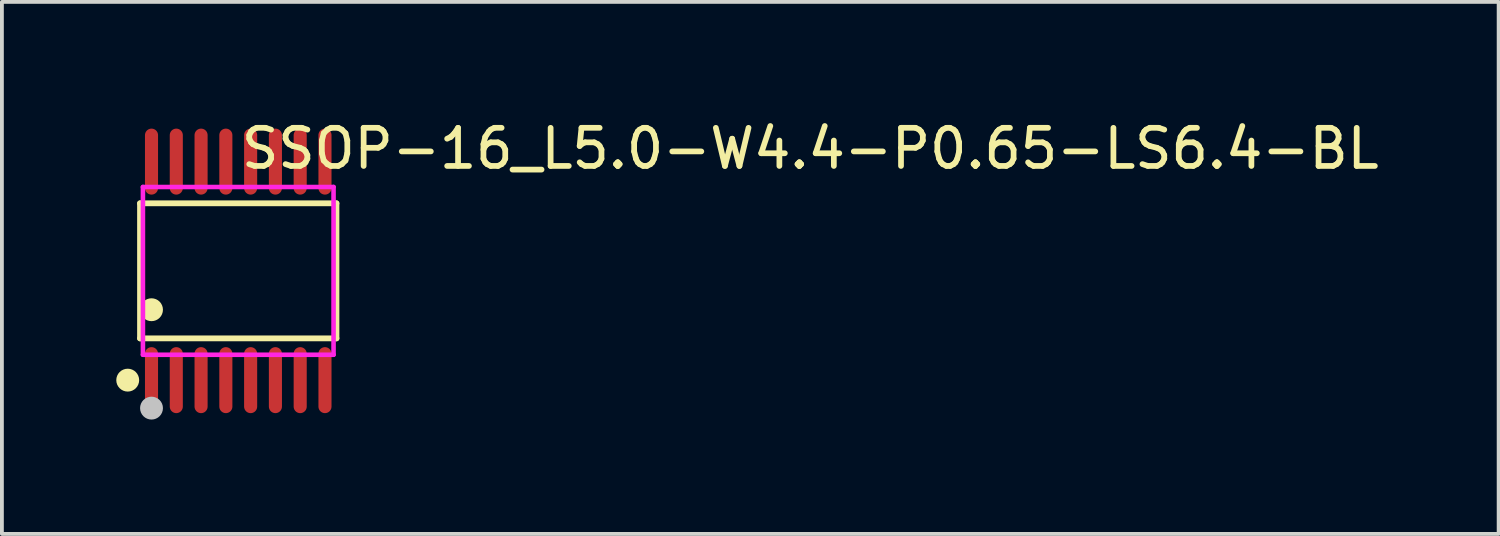
<source format=kicad_pcb>
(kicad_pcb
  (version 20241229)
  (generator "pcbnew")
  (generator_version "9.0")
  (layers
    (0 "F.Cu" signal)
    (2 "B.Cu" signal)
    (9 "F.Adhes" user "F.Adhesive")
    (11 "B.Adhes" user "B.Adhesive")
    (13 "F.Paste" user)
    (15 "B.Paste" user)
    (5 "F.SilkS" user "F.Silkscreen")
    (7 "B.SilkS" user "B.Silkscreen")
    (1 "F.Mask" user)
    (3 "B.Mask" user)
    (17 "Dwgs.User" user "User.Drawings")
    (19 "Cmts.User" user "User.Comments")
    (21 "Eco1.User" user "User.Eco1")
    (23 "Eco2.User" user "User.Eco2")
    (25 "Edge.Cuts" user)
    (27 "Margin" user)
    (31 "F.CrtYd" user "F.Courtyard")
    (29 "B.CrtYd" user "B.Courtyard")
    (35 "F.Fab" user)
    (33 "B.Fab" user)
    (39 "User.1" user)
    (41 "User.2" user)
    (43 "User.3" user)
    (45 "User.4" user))
  (footprint "SSOP-16_L5.0-W4.4-P0.65-LS6.4-BL"
    (layer "F.Cu")
    (at 3.199 4.055)
    (property "Reference" "SSOP-16_L5.0-W4.4-P0.65-LS6.4-BL" (at 0 -3.207 0) (layer "F.SilkS") (effects (font (size 1 1) (thickness 0.15)) (justify left)))
    (attr through_hole)
    (fp_line (start -2.576 -1.772) (end 2.576 -1.772) (stroke (width 0.152) (type solid)) (layer "F.SilkS"))
    (fp_line (start -2.576 1.771) (end -2.576 -1.772) (stroke (width 0.152) (type solid)) (layer "F.SilkS"))
    (fp_line (start 2.576 -1.772) (end 2.576 1.771) (stroke (width 0.152) (type solid)) (layer "F.SilkS"))
    (fp_line (start 2.576 1.771) (end -2.576 1.771) (stroke (width 0.152) (type solid)) (layer "F.SilkS"))
    (fp_circle (center -2.899 2.866) (end -2.749 2.866) (stroke (width 0.3) (type solid)) (fill no) (layer "F.SilkS"))
    (fp_circle (center -2.275 1.019) (end -2.125 1.019) (stroke (width 0.3) (type solid)) (fill no) (layer "F.SilkS"))
    (fp_circle (center -2.275 3.6) (end -2.125 3.6) (stroke (width 0.3) (type solid)) (fill no) (layer "Dwgs.User"))
    (fp_line (start -2.398 -2.61) (end -2.398 -2.19) (stroke (width 0.12) (type solid)) (layer "Eco2.User"))
    (fp_line (start -2.398 -2.19) (end -2.152 -2.19) (stroke (width 0.12) (type solid)) (layer "Eco2.User"))
    (fp_line (start -2.398 2.19) (end -2.152 2.19) (stroke (width 0.12) (type solid)) (layer "Eco2.User"))
    (fp_line (start -2.398 2.61) (end -2.398 2.19) (stroke (width 0.12) (type solid)) (layer "Eco2.User"))
    (fp_line (start -2.152 -2.61) (end -2.398 -2.61) (stroke (width 0.12) (type solid)) (layer "Eco2.User"))
    (fp_line (start -2.152 -2.19) (end -2.152 -2.61) (stroke (width 0.12) (type solid)) (layer "Eco2.User"))
    (fp_line (start -2.152 2.19) (end -2.152 2.61) (stroke (width 0.12) (type solid)) (layer "Eco2.User"))
    (fp_line (start -2.152 2.61) (end -2.398 2.61) (stroke (width 0.12) (type solid)) (layer "Eco2.User"))
    (fp_line (start -1.747 -2.61) (end -1.747 -2.19) (stroke (width 0.12) (type solid)) (layer "Eco2.User"))
    (fp_line (start -1.747 -2.19) (end -1.503 -2.19) (stroke (width 0.12) (type solid)) (layer "Eco2.User"))
    (fp_line (start -1.747 2.19) (end -1.503 2.19) (stroke (width 0.12) (type solid)) (layer "Eco2.User"))
    (fp_line (start -1.747 2.61) (end -1.747 2.19) (stroke (width 0.12) (type solid)) (layer "Eco2.User"))
    (fp_line (start -1.503 -2.61) (end -1.747 -2.61) (stroke (width 0.12) (type solid)) (layer "Eco2.User"))
    (fp_line (start -1.503 -2.19) (end -1.503 -2.61) (stroke (width 0.12) (type solid)) (layer "Eco2.User"))
    (fp_line (start -1.503 2.19) (end -1.503 2.61) (stroke (width 0.12) (type solid)) (layer "Eco2.User"))
    (fp_line (start -1.503 2.61) (end -1.747 2.61) (stroke (width 0.12) (type solid)) (layer "Eco2.User"))
    (fp_line (start -1.098 -2.61) (end -1.098 -2.19) (stroke (width 0.12) (type solid)) (layer "Eco2.User"))
    (fp_line (start -1.098 -2.19) (end -0.853 -2.19) (stroke (width 0.12) (type solid)) (layer "Eco2.User"))
    (fp_line (start -1.098 2.19) (end -0.853 2.19) (stroke (width 0.12) (type solid)) (layer "Eco2.User"))
    (fp_line (start -1.098 2.61) (end -1.098 2.19) (stroke (width 0.12) (type solid)) (layer "Eco2.User"))
    (fp_line (start -0.853 -2.61) (end -1.098 -2.61) (stroke (width 0.12) (type solid)) (layer "Eco2.User"))
    (fp_line (start -0.853 -2.19) (end -0.853 -2.61) (stroke (width 0.12) (type solid)) (layer "Eco2.User"))
    (fp_line (start -0.853 2.19) (end -0.853 2.61) (stroke (width 0.12) (type solid)) (layer "Eco2.User"))
    (fp_line (start -0.853 2.61) (end -1.098 2.61) (stroke (width 0.12) (type solid)) (layer "Eco2.User"))
    (fp_line (start -0.447 -2.61) (end -0.447 -2.19) (stroke (width 0.12) (type solid)) (layer "Eco2.User"))
    (fp_line (start -0.447 -2.19) (end -0.202 -2.19) (stroke (width 0.12) (type solid)) (layer "Eco2.User"))
    (fp_line (start -0.447 2.19) (end -0.202 2.19) (stroke (width 0.12) (type solid)) (layer "Eco2.User"))
    (fp_line (start -0.447 2.61) (end -0.447 2.19) (stroke (width 0.12) (type solid)) (layer "Eco2.User"))
    (fp_line (start -0.202 -2.61) (end -0.447 -2.61) (stroke (width 0.12) (type solid)) (layer "Eco2.User"))
    (fp_line (start -0.202 -2.19) (end -0.202 -2.61) (stroke (width 0.12) (type solid)) (layer "Eco2.User"))
    (fp_line (start -0.202 2.19) (end -0.202 2.61) (stroke (width 0.12) (type solid)) (layer "Eco2.User"))
    (fp_line (start -0.202 2.61) (end -0.447 2.61) (stroke (width 0.12) (type solid)) (layer "Eco2.User"))
    (fp_line (start 0.202 -2.61) (end 0.202 -2.19) (stroke (width 0.12) (type solid)) (layer "Eco2.User"))
    (fp_line (start 0.202 -2.19) (end 0.447 -2.19) (stroke (width 0.12) (type solid)) (layer "Eco2.User"))
    (fp_line (start 0.202 2.19) (end 0.447 2.19) (stroke (width 0.12) (type solid)) (layer "Eco2.User"))
    (fp_line (start 0.202 2.61) (end 0.202 2.19) (stroke (width 0.12) (type solid)) (layer "Eco2.User"))
    (fp_line (start 0.447 -2.61) (end 0.202 -2.61) (stroke (width 0.12) (type solid)) (layer "Eco2.User"))
    (fp_line (start 0.447 -2.19) (end 0.447 -2.61) (stroke (width 0.12) (type solid)) (layer "Eco2.User"))
    (fp_line (start 0.447 2.19) (end 0.447 2.61) (stroke (width 0.12) (type solid)) (layer "Eco2.User"))
    (fp_line (start 0.447 2.61) (end 0.202 2.61) (stroke (width 0.12) (type solid)) (layer "Eco2.User"))
    (fp_line (start 0.853 -2.61) (end 0.853 -2.19) (stroke (width 0.12) (type solid)) (layer "Eco2.User"))
    (fp_line (start 0.853 -2.19) (end 1.098 -2.19) (stroke (width 0.12) (type solid)) (layer "Eco2.User"))
    (fp_line (start 0.853 2.19) (end 1.098 2.19) (stroke (width 0.12) (type solid)) (layer "Eco2.User"))
    (fp_line (start 0.853 2.61) (end 0.853 2.19) (stroke (width 0.12) (type solid)) (layer "Eco2.User"))
    (fp_line (start 1.098 -2.61) (end 0.853 -2.61) (stroke (width 0.12) (type solid)) (layer "Eco2.User"))
    (fp_line (start 1.098 -2.19) (end 1.098 -2.61) (stroke (width 0.12) (type solid)) (layer "Eco2.User"))
    (fp_line (start 1.098 2.19) (end 1.098 2.61) (stroke (width 0.12) (type solid)) (layer "Eco2.User"))
    (fp_line (start 1.098 2.61) (end 0.853 2.61) (stroke (width 0.12) (type solid)) (layer "Eco2.User"))
    (fp_line (start 1.503 -2.61) (end 1.503 -2.19) (stroke (width 0.12) (type solid)) (layer "Eco2.User"))
    (fp_line (start 1.503 -2.19) (end 1.747 -2.19) (stroke (width 0.12) (type solid)) (layer "Eco2.User"))
    (fp_line (start 1.503 2.19) (end 1.747 2.19) (stroke (width 0.12) (type solid)) (layer "Eco2.User"))
    (fp_line (start 1.503 2.61) (end 1.503 2.19) (stroke (width 0.12) (type solid)) (layer "Eco2.User"))
    (fp_line (start 1.747 -2.61) (end 1.503 -2.61) (stroke (width 0.12) (type solid)) (layer "Eco2.User"))
    (fp_line (start 1.747 -2.19) (end 1.747 -2.61) (stroke (width 0.12) (type solid)) (layer "Eco2.User"))
    (fp_line (start 1.747 2.19) (end 1.747 2.61) (stroke (width 0.12) (type solid)) (layer "Eco2.User"))
    (fp_line (start 1.747 2.61) (end 1.503 2.61) (stroke (width 0.12) (type solid)) (layer "Eco2.User"))
    (fp_line (start 2.152 -2.61) (end 2.152 -2.19) (stroke (width 0.12) (type solid)) (layer "Eco2.User"))
    (fp_line (start 2.152 -2.19) (end 2.398 -2.19) (stroke (width 0.12) (type solid)) (layer "Eco2.User"))
    (fp_line (start 2.152 2.19) (end 2.398 2.19) (stroke (width 0.12) (type solid)) (layer "Eco2.User"))
    (fp_line (start 2.152 2.61) (end 2.152 2.19) (stroke (width 0.12) (type solid)) (layer "Eco2.User"))
    (fp_line (start 2.398 -2.61) (end 2.152 -2.61) (stroke (width 0.12) (type solid)) (layer "Eco2.User"))
    (fp_line (start 2.398 -2.19) (end 2.398 -2.61) (stroke (width 0.12) (type solid)) (layer "Eco2.User"))
    (fp_line (start 2.398 2.19) (end 2.398 2.61) (stroke (width 0.12) (type solid)) (layer "Eco2.User"))
    (fp_line (start 2.398 2.61) (end 2.152 2.61) (stroke (width 0.12) (type solid)) (layer "Eco2.User"))
    (fp_circle (center -2.5 3.2) (end -2.47 3.2) (stroke (width 0.06) (type solid)) (fill no) (layer "Eco2.User"))
    (fp_poly (pts (xy -2.398 -3.2) (xy -2.398 -2.6) (xy -2.152 -2.6) (xy -2.152 -3.2)) (stroke (width 0.12) (type solid)) (fill no) (layer "Eco2.User"))
    (fp_poly (pts (xy -2.398 3.2) (xy -2.398 2.6) (xy -2.152 2.6) (xy -2.152 3.2)) (stroke (width 0.12) (type solid)) (fill no) (layer "Eco2.User"))
    (fp_poly (pts (xy -1.747 -3.2) (xy -1.747 -2.6) (xy -1.503 -2.6) (xy -1.503 -3.2)) (stroke (width 0.12) (type solid)) (fill no) (layer "Eco2.User"))
    (fp_poly (pts (xy -1.747 3.2) (xy -1.747 2.6) (xy -1.503 2.6) (xy -1.503 3.2)) (stroke (width 0.12) (type solid)) (fill no) (layer "Eco2.User"))
    (fp_poly (pts (xy -1.098 -3.2) (xy -1.098 -2.6) (xy -0.853 -2.6) (xy -0.853 -3.2)) (stroke (width 0.12) (type solid)) (fill no) (layer "Eco2.User"))
    (fp_poly (pts (xy -1.098 3.2) (xy -1.098 2.6) (xy -0.853 2.6) (xy -0.853 3.2)) (stroke (width 0.12) (type solid)) (fill no) (layer "Eco2.User"))
    (fp_poly (pts (xy -0.447 -3.2) (xy -0.447 -2.6) (xy -0.202 -2.6) (xy -0.202 -3.2)) (stroke (width 0.12) (type solid)) (fill no) (layer "Eco2.User"))
    (fp_poly (pts (xy -0.447 3.2) (xy -0.447 2.6) (xy -0.202 2.6) (xy -0.202 3.2)) (stroke (width 0.12) (type solid)) (fill no) (layer "Eco2.User"))
    (fp_poly (pts (xy 0.202 -3.2) (xy 0.202 -2.6) (xy 0.447 -2.6) (xy 0.447 -3.2)) (stroke (width 0.12) (type solid)) (fill no) (layer "Eco2.User"))
    (fp_poly (pts (xy 0.202 3.2) (xy 0.202 2.6) (xy 0.447 2.6) (xy 0.447 3.2)) (stroke (width 0.12) (type solid)) (fill no) (layer "Eco2.User"))
    (fp_poly (pts (xy 0.853 -3.2) (xy 0.853 -2.6) (xy 1.098 -2.6) (xy 1.098 -3.2)) (stroke (width 0.12) (type solid)) (fill no) (layer "Eco2.User"))
    (fp_poly (pts (xy 0.853 3.2) (xy 0.853 2.6) (xy 1.098 2.6) (xy 1.098 3.2)) (stroke (width 0.12) (type solid)) (fill no) (layer "Eco2.User"))
    (fp_poly (pts (xy 1.503 -3.2) (xy 1.503 -2.6) (xy 1.747 -2.6) (xy 1.747 -3.2)) (stroke (width 0.12) (type solid)) (fill no) (layer "Eco2.User"))
    (fp_poly (pts (xy 1.503 3.2) (xy 1.503 2.6) (xy 1.747 2.6) (xy 1.747 3.2)) (stroke (width 0.12) (type solid)) (fill no) (layer "Eco2.User"))
    (fp_poly (pts (xy 2.152 -3.2) (xy 2.152 -2.6) (xy 2.398 -2.6) (xy 2.398 -3.2)) (stroke (width 0.12) (type solid)) (fill no) (layer "Eco2.User"))
    (fp_poly (pts (xy 2.152 3.2) (xy 2.152 2.6) (xy 2.398 2.6) (xy 2.398 3.2)) (stroke (width 0.12) (type solid)) (fill no) (layer "Eco2.User"))
    (fp_line (start -2.5 -2.2) (end 2.5 -2.2) (stroke (width 0.12) (type solid)) (layer "F.CrtYd"))
    (fp_line (start -2.5 2.2) (end -2.5 -2.2) (stroke (width 0.12) (type solid)) (layer "F.CrtYd"))
    (fp_line (start 2.5 -2.2) (end 2.5 2.2) (stroke (width 0.12) (type solid)) (layer "F.CrtYd"))
    (fp_line (start 2.5 2.2) (end -2.5 2.2) (stroke (width 0.12) (type solid)) (layer "F.CrtYd"))
    (pad "1" smd oval (at -2.275 2.866) (size 0.343 1.731) (layers "F.Cu" "F.Mask" "F.Paste"))
    (pad "2" smd oval (at -1.625 2.866) (size 0.343 1.731) (layers "F.Cu" "F.Mask" "F.Paste"))
    (pad "3" smd oval (at -0.975 2.866) (size 0.343 1.731) (layers "F.Cu" "F.Mask" "F.Paste"))
    (pad "4" smd oval (at -0.325 2.866) (size 0.343 1.731) (layers "F.Cu" "F.Mask" "F.Paste"))
    (pad "5" smd oval (at 0.325 2.866) (size 0.343 1.731) (layers "F.Cu" "F.Mask" "F.Paste"))
    (pad "6" smd oval (at 0.975 2.866) (size 0.343 1.731) (layers "F.Cu" "F.Mask" "F.Paste"))
    (pad "7" smd oval (at 1.625 2.866) (size 0.343 1.731) (layers "F.Cu" "F.Mask" "F.Paste"))
    (pad "8" smd oval (at 2.275 2.866) (size 0.343 1.731) (layers "F.Cu" "F.Mask" "F.Paste"))
    (pad "9" smd oval (at 2.275 -2.866) (size 0.343 1.731) (layers "F.Cu" "F.Mask" "F.Paste"))
    (pad "10" smd oval (at 1.625 -2.866) (size 0.343 1.731) (layers "F.Cu" "F.Mask" "F.Paste"))
    (pad "11" smd oval (at 0.975 -2.866) (size 0.343 1.731) (layers "F.Cu" "F.Mask" "F.Paste"))
    (pad "12" smd oval (at 0.325 -2.866) (size 0.343 1.731) (layers "F.Cu" "F.Mask" "F.Paste"))
    (pad "13" smd oval (at -0.325 -2.866) (size 0.343 1.731) (layers "F.Cu" "F.Mask" "F.Paste"))
    (pad "14" smd oval (at -0.975 -2.866) (size 0.343 1.731) (layers "F.Cu" "F.Mask" "F.Paste"))
    (pad "15" smd oval (at -1.625 -2.866) (size 0.343 1.731) (layers "F.Cu" "F.Mask" "F.Paste"))
    (pad "16" smd oval (at -2.275 -2.866) (size 0.343 1.731) (layers "F.Cu" "F.Mask" "F.Paste")))
  (gr_rect
    (start -3 -3)
    (end 36.259 10.955)
    (stroke (width 0.1) (type default))
    (fill no)
    (layer "Edge.Cuts")))
</source>
